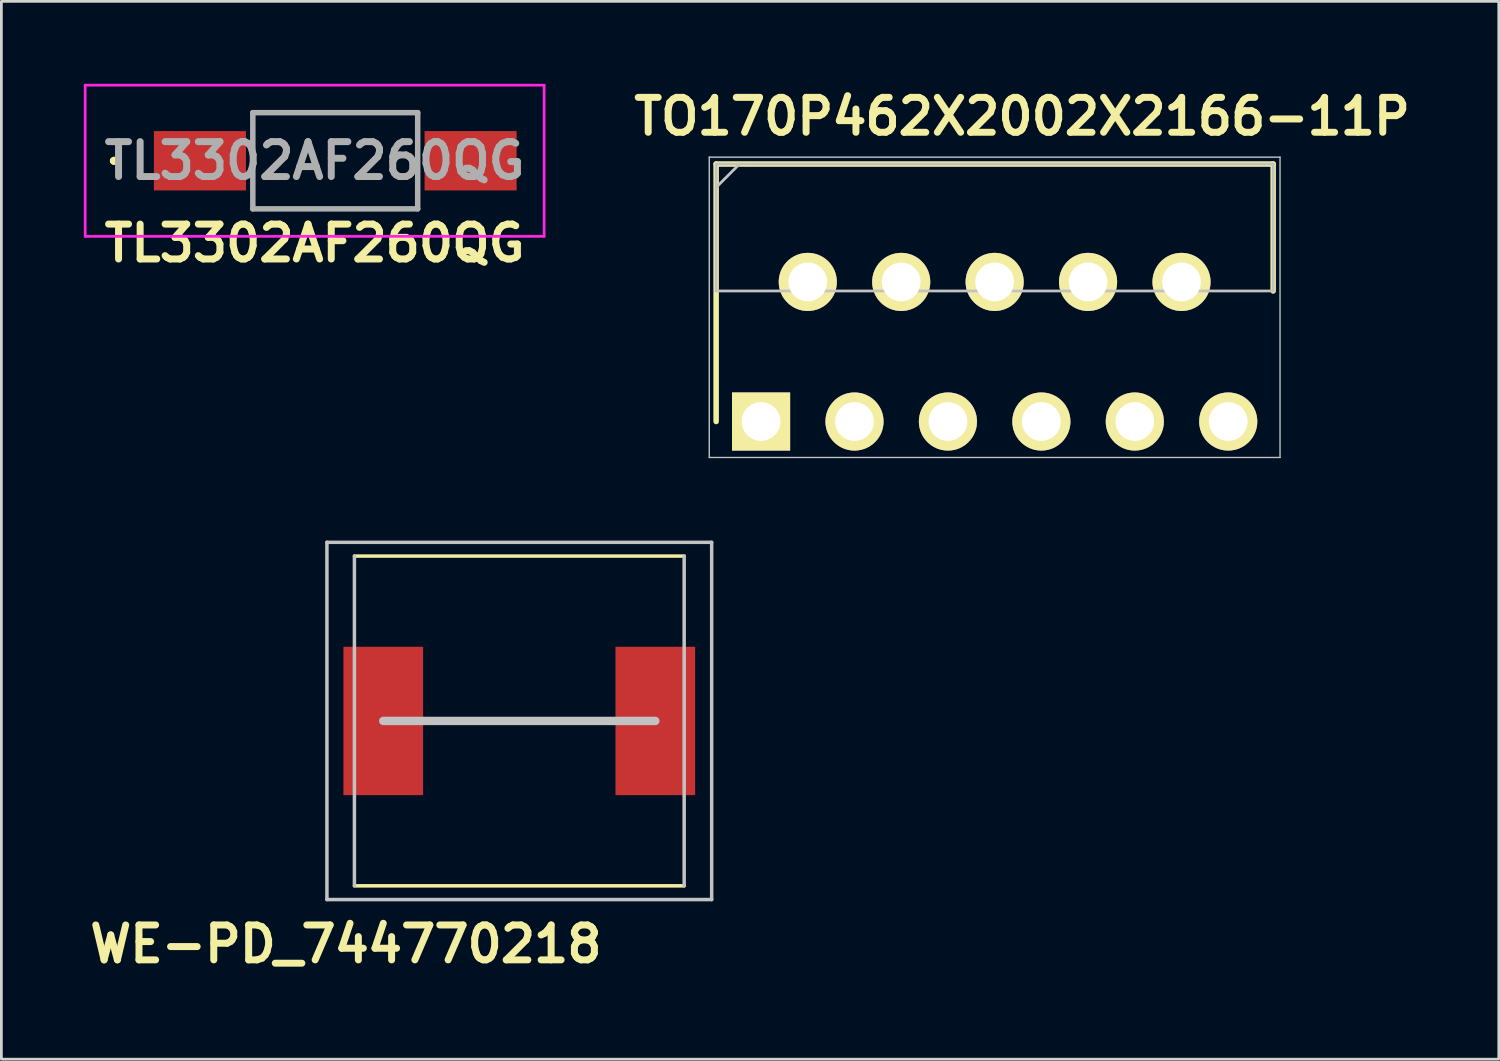
<source format=kicad_pcb>
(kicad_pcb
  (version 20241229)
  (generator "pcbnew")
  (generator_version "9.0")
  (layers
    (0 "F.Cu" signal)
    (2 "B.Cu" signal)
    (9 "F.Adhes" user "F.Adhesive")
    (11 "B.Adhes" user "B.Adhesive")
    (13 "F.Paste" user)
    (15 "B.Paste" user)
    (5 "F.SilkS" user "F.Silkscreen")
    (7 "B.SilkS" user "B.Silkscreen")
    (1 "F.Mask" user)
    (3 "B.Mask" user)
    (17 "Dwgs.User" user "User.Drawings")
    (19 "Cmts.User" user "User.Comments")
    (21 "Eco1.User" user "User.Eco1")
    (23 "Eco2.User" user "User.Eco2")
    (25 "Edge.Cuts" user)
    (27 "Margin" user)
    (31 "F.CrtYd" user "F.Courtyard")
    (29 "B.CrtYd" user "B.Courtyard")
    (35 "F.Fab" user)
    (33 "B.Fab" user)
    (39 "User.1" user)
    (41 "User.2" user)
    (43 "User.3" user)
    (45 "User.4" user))
  (footprint "TL3302AF260QG"
    (layer "F.Cu")
    (at 9.15 2.8)
    (property "Reference" "TL3302AF260QG" (at -0.75 3 0) (layer "F.SilkS") (effects (font (size 1.27 1.27) (thickness 0.254))))
    (attr smd)
    (fp_line (start -8.1 0) (end -8.1 0) (stroke (width 0.2) (type solid)) (layer "F.SilkS"))
    (fp_line (start -8.1 0) (end -8.1 0) (stroke (width 0.2) (type solid)) (layer "F.SilkS"))
    (fp_line (start -8 0) (end -8 0) (stroke (width 0.2) (type solid)) (layer "F.SilkS"))
    (fp_line (start -3 -1.75) (end -3 -1.75) (stroke (width 0.1) (type solid)) (layer "F.SilkS"))
    (fp_line (start -3 -1.75) (end 3 -1.75) (stroke (width 0.1) (type solid)) (layer "F.SilkS"))
    (fp_line (start -3 1.75) (end -3 1.75) (stroke (width 0.1) (type solid)) (layer "F.SilkS"))
    (fp_line (start -3 1.75) (end 3 1.75) (stroke (width 0.1) (type solid)) (layer "F.SilkS"))
    (fp_line (start 3 -1.75) (end -3 -1.75) (stroke (width 0.1) (type solid)) (layer "F.SilkS"))
    (fp_line (start 3 -1.75) (end 3 -1.75) (stroke (width 0.1) (type solid)) (layer "F.SilkS"))
    (fp_line (start 3 1.75) (end -3 1.75) (stroke (width 0.1) (type solid)) (layer "F.SilkS"))
    (fp_line (start 3 1.75) (end 3 1.75) (stroke (width 0.1) (type solid)) (layer "F.SilkS"))
    (fp_arc (start -8.1 0) (mid -8.05 -0.05) (end -8 0) (stroke (width 0.2) (type solid)) (layer "F.SilkS"))
    (fp_arc (start -8 0) (mid -8.05 0.05) (end -8.1 0) (stroke (width 0.2) (type solid)) (layer "F.SilkS"))
    (fp_arc (start -8 0) (mid -8.05 0.05) (end -8.1 0) (stroke (width 0.2) (type solid)) (layer "F.SilkS"))
    (fp_line (start -9.1 -2.75) (end 7.6 -2.75) (stroke (width 0.1) (type solid)) (layer "F.CrtYd"))
    (fp_line (start -9.1 2.75) (end -9.1 -2.75) (stroke (width 0.1) (type solid)) (layer "F.CrtYd"))
    (fp_line (start 7.6 -2.75) (end 7.6 2.75) (stroke (width 0.1) (type solid)) (layer "F.CrtYd"))
    (fp_line (start 7.6 2.75) (end -9.1 2.75) (stroke (width 0.1) (type solid)) (layer "F.CrtYd"))
    (fp_line (start -3 -1.75) (end -3 1.75) (stroke (width 0.2) (type solid)) (layer "F.Fab"))
    (fp_line (start -3 1.75) (end 3 1.75) (stroke (width 0.2) (type solid)) (layer "F.Fab"))
    (fp_line (start 3 -1.75) (end -3 -1.75) (stroke (width 0.2) (type solid)) (layer "F.Fab"))
    (fp_line (start 3 1.75) (end 3 -1.75) (stroke (width 0.2) (type solid)) (layer "F.Fab"))
    (fp_text user "${REFERENCE}" (at -0.75 0 0) (layer "F.Fab") (effects (font (size 1.27 1.27) (thickness 0.254))))
    (pad "1" smd rect (at -4.925 0 90) (size 2.16 3.35) (layers "F.Cu" "F.Mask" "F.Paste"))
    (pad "2" smd rect (at 4.925 0 90) (size 2.16 3.35) (layers "F.Cu" "F.Mask" "F.Paste")))
  (footprint "WE-PD_744770218"
    (layer "F.Cu")
    (at 15.847 23.185)
    (property "Reference" "WE-PD_744770218" (at -6.31 8.12 0) (layer "F.SilkS") (effects (font (size 1.27 1.27) (thickness 0.254))))
    (attr smd)
    (fp_line (start -6 6) (end 6 6) (stroke (width 0.127) (type solid)) (layer "F.SilkS"))
    (fp_line (start 6 -6) (end -6 -6) (stroke (width 0.127) (type solid)) (layer "F.SilkS"))
    (fp_line (start -7 -6.5) (end -7 6.5) (stroke (width 0.127) (type solid)) (layer "Dwgs.User"))
    (fp_line (start -7 6.5) (end 7 6.5) (stroke (width 0.127) (type solid)) (layer "Dwgs.User"))
    (fp_line (start -6 -6) (end -6 6) (stroke (width 0.127) (type solid)) (layer "Dwgs.User"))
    (fp_line (start 4.95 0) (end -4.95 0) (stroke (width 0.305) (type solid)) (layer "Dwgs.User"))
    (fp_line (start 6 6) (end 6 -6) (stroke (width 0.127) (type solid)) (layer "Dwgs.User"))
    (fp_line (start 7 -6.5) (end -7 -6.5) (stroke (width 0.127) (type solid)) (layer "Dwgs.User"))
    (fp_line (start 7 6.5) (end 7 -6.5) (stroke (width 0.127) (type solid)) (layer "Dwgs.User"))
    (pad "1" smd rect (at -4.95 0) (size 2.9 5.4) (layers "F.Cu" "F.Mask" "F.Paste"))
    (pad "2" smd rect (at 4.95 0) (size 2.9 5.4) (layers "F.Cu" "F.Mask" "F.Paste")))
  (footprint "TO170P462X2002X2166-11P"
    (layer "F.Cu")
    (at 24.645 12.289)
    (property "Reference" "TO170P462X2002X2166-11P" (at 9.5 -11.1 0) (layer "F.SilkS") (effects (font (size 1.27 1.27) (thickness 0.254))))
    (attr through_hole exclude_from_pos_files)
    (fp_line (start -1.635 -9.37) (end -1.635 0) (stroke (width 0.2) (type solid)) (layer "F.SilkS"))
    (fp_line (start 18.635 -9.37) (end -1.635 -9.37) (stroke (width 0.2) (type solid)) (layer "F.SilkS"))
    (fp_line (start 18.635 -4.75) (end 18.635 -9.37) (stroke (width 0.2) (type solid)) (layer "F.SilkS"))
    (fp_line (start -1.885 -9.62) (end 18.885 -9.62) (stroke (width 0.05) (type solid)) (layer "Dwgs.User"))
    (fp_line (start -1.885 1.308) (end -1.885 -9.62) (stroke (width 0.05) (type solid)) (layer "Dwgs.User"))
    (fp_line (start -1.635 -9.37) (end 18.635 -9.37) (stroke (width 0.1) (type solid)) (layer "Dwgs.User"))
    (fp_line (start -1.635 -8.52) (end -0.785 -9.37) (stroke (width 0.1) (type solid)) (layer "Dwgs.User"))
    (fp_line (start -1.635 -4.75) (end -1.635 -9.37) (stroke (width 0.1) (type solid)) (layer "Dwgs.User"))
    (fp_line (start 18.635 -9.37) (end 18.635 -4.75) (stroke (width 0.1) (type solid)) (layer "Dwgs.User"))
    (fp_line (start 18.635 -4.75) (end -1.635 -4.75) (stroke (width 0.1) (type solid)) (layer "Dwgs.User"))
    (fp_line (start 18.885 -9.62) (end 18.885 1.308) (stroke (width 0.05) (type solid)) (layer "Dwgs.User"))
    (fp_line (start 18.885 1.308) (end -1.885 1.308) (stroke (width 0.05) (type solid)) (layer "Dwgs.User"))
    (pad "1" thru_hole rect (at 0 0 90) (size 2.115 2.115) (drill 1.41) (layers "*.Cu" "*.Mask" "F.SilkS"))
    (pad "2" thru_hole circle (at 1.7 -5.08 90) (size 2.115 2.115) (drill 1.41) (layers "*.Cu" "*.Mask" "F.SilkS"))
    (pad "3" thru_hole circle (at 3.4 0 90) (size 2.115 2.115) (drill 1.41) (layers "*.Cu" "*.Mask" "F.SilkS"))
    (pad "4" thru_hole circle (at 5.1 -5.08 90) (size 2.115 2.115) (drill 1.41) (layers "*.Cu" "*.Mask" "F.SilkS"))
    (pad "5" thru_hole circle (at 6.8 0 90) (size 2.115 2.115) (drill 1.41) (layers "*.Cu" "*.Mask" "F.SilkS"))
    (pad "6" thru_hole circle (at 8.5 -5.08 90) (size 2.115 2.115) (drill 1.41) (layers "*.Cu" "*.Mask" "F.SilkS"))
    (pad "7" thru_hole circle (at 10.2 0 90) (size 2.115 2.115) (drill 1.41) (layers "*.Cu" "*.Mask" "F.SilkS"))
    (pad "8" thru_hole circle (at 11.9 -5.08 90) (size 2.115 2.115) (drill 1.41) (layers "*.Cu" "*.Mask" "F.SilkS"))
    (pad "9" thru_hole circle (at 13.6 0 90) (size 2.115 2.115) (drill 1.41) (layers "*.Cu" "*.Mask" "F.SilkS"))
    (pad "10" thru_hole circle (at 15.3 -5.08 90) (size 2.115 2.115) (drill 1.41) (layers "*.Cu" "*.Mask" "F.SilkS"))
    (pad "11" thru_hole circle (at 17 0 90) (size 2.115 2.115) (drill 1.41) (layers "*.Cu" "*.Mask" "F.SilkS")))
  (gr_rect
    (start -3 -3)
    (end 51.49 35.494)
    (stroke (width 0.1) (type default))
    (fill no)
    (layer "Edge.Cuts")))
</source>
